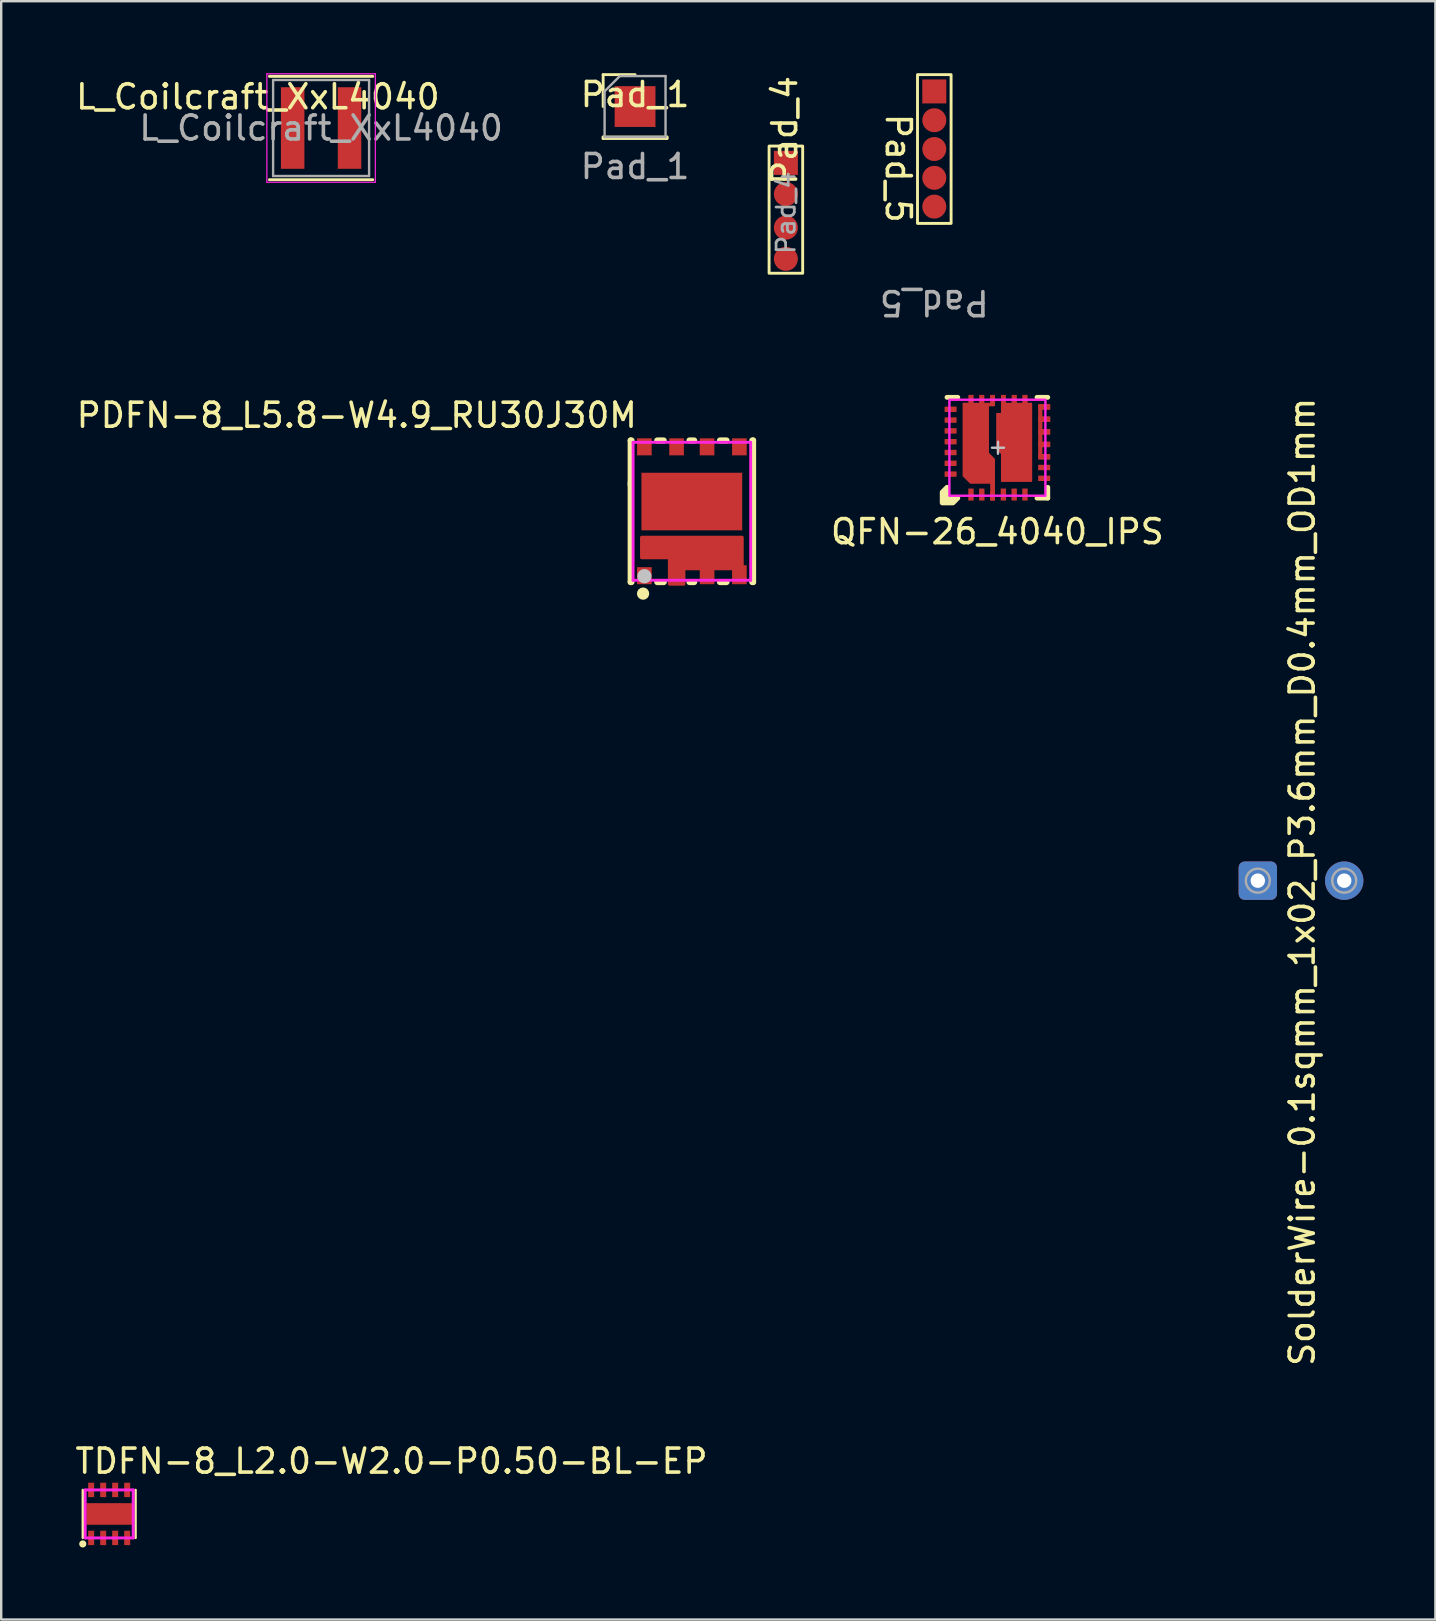
<source format=kicad_pcb>
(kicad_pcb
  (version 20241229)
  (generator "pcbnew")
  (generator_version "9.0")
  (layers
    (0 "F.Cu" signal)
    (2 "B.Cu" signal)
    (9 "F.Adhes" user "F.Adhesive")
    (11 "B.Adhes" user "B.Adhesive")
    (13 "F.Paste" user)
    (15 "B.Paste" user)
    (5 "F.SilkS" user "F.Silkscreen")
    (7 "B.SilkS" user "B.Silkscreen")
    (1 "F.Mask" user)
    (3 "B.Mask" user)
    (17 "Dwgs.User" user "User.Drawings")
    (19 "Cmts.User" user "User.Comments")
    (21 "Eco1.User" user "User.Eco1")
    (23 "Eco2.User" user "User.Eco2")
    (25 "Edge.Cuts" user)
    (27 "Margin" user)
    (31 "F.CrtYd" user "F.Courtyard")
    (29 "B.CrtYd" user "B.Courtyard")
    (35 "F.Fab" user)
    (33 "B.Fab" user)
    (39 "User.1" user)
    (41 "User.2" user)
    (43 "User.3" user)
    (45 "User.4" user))
  (footprint "Pad_4"
    (layer "F.Cu")
    (at 29.7 5.737)
    (property "Reference" "Pad_4" (at -0.05 -3.35 90) (unlocked yes) (layer "F.SilkS") (effects (font (size 1 1) (thickness 0.15))))
    (attr smd exclude_from_pos_files exclude_from_bom)
    (fp_rect (start -0.7 -2.7) (end 0.7 2.6) (stroke (width 0.12) (type solid)) (fill no) (layer "F.SilkS"))
    (fp_text user "${REFERENCE}" (at 0.005 0.077 90) (unlocked yes) (layer "F.Fab") (effects (font (size 0.76 0.76) (thickness 0.114))))
    (pad "1" smd rect (at 0 -2) (size 1 1) (layers "F.Cu" "F.Mask" "F.Paste"))
    (pad "2" smd oval (at 0 -0.7) (size 1 1) (layers "F.Cu" "F.Mask" "F.Paste"))
    (pad "3" smd oval (at 0 0.7) (size 1 1) (layers "F.Cu" "F.Mask" "F.Paste"))
    (pad "4" smd oval (at 0 2) (size 1 1) (layers "F.Cu" "F.Mask" "F.Paste")))
  (footprint "QFN-26_4040_IPS"
    (layer "F.Cu")
    (at 38.514 15.608)
    (property "Reference" "QFN-26_4040_IPS" (at 0 3.5 0) (unlocked yes) (layer "F.SilkS") (effects (font (size 1 1) (thickness 0.15))))
    (attr smd)
    (fp_line (start -1.65 -2.1) (end -2.1 -2.1) (stroke (width 0.2) (type solid)) (layer "F.SilkS"))
    (fp_line (start 1.65 2.1) (end 2.1 2.1) (stroke (width 0.2) (type solid)) (layer "F.SilkS"))
    (fp_line (start 2.1 -2.1) (end 1.65 -2.1) (stroke (width 0.2) (type solid)) (layer "F.SilkS"))
    (fp_line (start 2.1 2.1) (end 2.1 1.65) (stroke (width 0.2) (type solid)) (layer "F.SilkS"))
    (fp_poly (pts (xy -2.1 2.1) (xy -1.65 2.1) (xy -1.85 2.3) (xy -2.3 2.3) (xy -2.3 1.85) (xy -2.1 1.65)) (stroke (width 0.2) (type solid)) (fill yes) (layer "F.SilkS"))
    (fp_line (start 0.025 0.25) (end 0.025 -0.25) (stroke (width 0.1) (type solid)) (layer "Dwgs.User"))
    (fp_line (start 0.275 0) (end -0.225 0) (stroke (width 0.1) (type solid)) (layer "Dwgs.User"))
    (fp_rect (start -2 -2) (end 2 2) (stroke (width 0.1) (type solid)) (fill no) (layer "F.CrtYd"))
    (pad "1" smd roundrect (at -1.1 1.95 90) (size 0.5 0.225) (layers "F.Cu" "F.Mask" "F.Paste") (roundrect_rratio 0.05))
    (pad "2" smd roundrect (at -0.65 1.95 90) (size 0.5 0.225) (layers "F.Cu" "F.Mask" "F.Paste") (roundrect_rratio 0.05))
    (pad "20" smd roundrect (at -1.95 -1.6) (size 0.5 0.225) (layers "F.Cu" "F.Mask" "F.Paste") (roundrect_rratio 0.05))
    (pad "21" smd roundrect (at -1.95 -1.15) (size 0.5 0.225) (layers "F.Cu" "F.Mask" "F.Paste") (roundrect_rratio 0.05))
    (pad "22" smd roundrect (at -1.95 -0.7) (size 0.5 0.225) (layers "F.Cu" "F.Mask" "F.Paste") (roundrect_rratio 0.05))
    (pad "23" smd roundrect (at -1.95 -0.25) (size 0.5 0.225) (layers "F.Cu" "F.Mask" "F.Paste") (roundrect_rratio 0.05))
    (pad "24" smd roundrect (at -1.95 0.2) (size 0.5 0.225) (layers "F.Cu" "F.Mask" "F.Paste") (roundrect_rratio 0.05))
    (pad "25" smd roundrect (at -1.95 0.65) (size 0.5 0.225) (layers "F.Cu" "F.Mask" "F.Paste") (roundrect_rratio 0.05))
    (pad "26" smd roundrect (at -1.95 1.1) (size 0.5 0.225) (layers "F.Cu" "F.Mask" "F.Paste") (roundrect_rratio 0.05))
    (pad "GND" smd roundrect (at 0.25 1.95 90) (size 0.5 0.225) (layers "F.Cu" "F.Mask" "F.Paste") (roundrect_rratio 0.05))
    (pad "GND" smd roundrect (at 0.7 1.95 90) (size 0.5 0.225) (layers "F.Cu" "F.Mask" "F.Paste") (roundrect_rratio 0.05))
    (pad "GND" smd roundrect (at 1.15 1.95 90) (size 0.5 0.225) (layers "F.Cu" "F.Mask" "F.Paste") (roundrect_rratio 0.05))
    (pad "GND" smd custom (at 1.775 -0.925) (size 0.1 0.1) (layers "F.Cu" "F.Mask") (options (anchor circle)) (primitives (gr_poly (pts (xy 0.4 -0.688) (xy 0.075 -0.688) (xy 0.075 -0.35) (xy 0.4 -0.35) (xy 0.4 -0.175) (xy 0.075 -0.175) (xy 0.075 0.175) (xy 0.4 0.175) (xy 0.4 0.35) (xy 0.075 0.35) (xy 0.075 0.7) (xy 0.4 0.7) (xy 0.4 0.875) (xy 0.075 0.875) (xy 0.075 1.212) (xy 0.4 1.212) (xy 0.4 1.387) (xy -0.05 1.387) (xy -0.05 -0.863) (xy 0.4 -0.863)) (width 0.05) (fill yes))))
    (pad "GND" smd roundrect (at 1.95 -1.7) (size 0.5 0.225) (layers "F.Cu" "F.Paste") (roundrect_rratio 0.1))
    (pad "GND" smd roundrect (at 1.95 -1.188) (size 0.5 0.225) (layers "F.Cu" "F.Paste") (roundrect_rratio 0.05))
    (pad "GND" smd roundrect (at 1.95 -0.662) (size 0.5 0.225) (layers "F.Cu" "F.Paste") (roundrect_rratio 0.05))
    (pad "GND" smd roundrect (at 1.95 -0.138) (size 0.5 0.225) (layers "F.Cu" "F.Paste") (roundrect_rratio 0.05))
    (pad "GND" smd roundrect (at 1.95 0.375) (size 0.5 0.225) (layers "F.Cu" "F.Paste") (roundrect_rratio 0.1))
    (pad "GND" smd roundrect (at 1.95 0.825) (size 0.5 0.225) (layers "F.Cu" "F.Mask" "F.Paste") (roundrect_rratio 0.05))
    (pad "GND" smd roundrect (at 1.95 1.275) (size 0.5 0.225) (layers "F.Cu" "F.Mask" "F.Paste") (roundrect_rratio 0.05))
    (pad "SW" smd roundrect (at 0.25 -2 270) (size 0.4 0.2) (layers "F.Cu") (roundrect_rratio 0.05))
    (pad "SW" smd roundrect (at 0.7 -2 270) (size 0.4 0.2) (layers "F.Cu") (roundrect_rratio 0.05))
    (pad "SW" smd custom (at 0.775 0) (size 0.5 0.5) (layers "F.Cu" "F.Mask") (options (anchor circle)) (primitives (gr_poly (pts (xy -0.45 -1.85) (xy -0.15 -1.85) (xy -0.15 -2.175) (xy 0 -2.175) (xy 0 -1.85) (xy 0.3 -1.85) (xy 0.3 -2.175) (xy 0.45 -2.175) (xy 0.45 -1.85) (xy 0.65 -1.85) (xy 0.65 1.4) (xy -0.6 1.4) (xy -0.6 0.25) (xy -0.8 0.05) (xy -0.8 -1.425) (xy -0.6 -1.425) (xy -0.6 -2.175) (xy -0.45 -2.175)) (width 0.05) (fill yes))))
    (pad "SW" smd roundrect (at 1.15 -2 270) (size 0.4 0.2) (layers "F.Cu") (roundrect_rratio 0.05))
    (pad "Vin" smd roundrect (at -1.1 -2 90) (size 0.4 0.2) (layers "F.Cu") (roundrect_rratio 0.05))
    (pad "Vin" smd custom (at -0.975 0) (size 0.5 0.5) (layers "F.Cu" "F.Mask") (options (anchor circle)) (primitives (gr_poly (pts (xy 0.25 0) (xy 0.231 -0.096) (xy 0.177 -0.177) (xy 0.096 -0.231) (xy 0 -0.25) (xy -0.096 -0.231) (xy -0.177 -0.177) (xy -0.231 -0.096) (xy -0.25 0) (xy -0.231 0.096) (xy -0.177 0.177) (xy -0.096 0.231) (xy 0 0.25) (xy 0.096 0.231) (xy 0.177 0.177) (xy 0.231 0.096) (xy 0.25 0)) (width 0) (fill yes)) (gr_poly (pts (xy -0.05 -1.85) (xy 0.25 -1.85) (xy 0.25 -2.175) (xy 0.4 -2.175) (xy 0.4 -1.85) (xy 0.7 -1.85) (xy 0.7 -2.175) (xy 0.85 -2.175) (xy 0.85 -1.75) (xy 0.6 -1.75) (xy 0.6 0.225) (xy 0.85 0.475) (xy 0.85 2.175) (xy 0.7 2.175) (xy 0.7 1.475) (xy -0.15 1.475) (xy -0.45 1.175) (xy -0.45 -1.85) (xy -0.2 -1.85) (xy -0.2 -2.175) (xy -0.05 -2.175)) (width 0.05) (fill yes))))
    (pad "Vin" smd roundrect (at -0.65 -2 90) (size 0.4 0.2) (layers "F.Cu") (roundrect_rratio 0.05))
    (pad "Vin" smd roundrect (at -0.2 -2 90) (size 0.4 0.2) (layers "F.Cu") (roundrect_rratio 0.05))
    (pad "Vin" smd roundrect (at -0.2 2 90) (size 0.4 0.2) (layers "F.Cu") (roundrect_rratio 0.05)))
  (footprint "PDFN-8_L5.8-W4.9_RU30J30M"
    (layer "F.Cu")
    (at 25.783 18.256)
    (property "Reference" "PDFN-8_L5.8-W4.9_RU30J30M" (at -2.2 -4 180) (layer "F.SilkS") (effects (font (size 1 1) (thickness 0.15)) (justify right)))
    (attr through_hole)
    (fp_line (start -2.55 -2.95) (end -2.55 -1.1) (stroke (width 0.254) (type solid)) (layer "F.SilkS"))
    (fp_line (start -2.55 -1.2) (end -2.55 2.95) (stroke (width 0.254) (type solid)) (layer "F.SilkS"))
    (fp_line (start -2.55 2.95) (end -2.516 2.95) (stroke (width 0.254) (type solid)) (layer "F.SilkS"))
    (fp_line (start -2.516 -2.95) (end -2.55 -2.95) (stroke (width 0.254) (type solid)) (layer "F.SilkS"))
    (fp_line (start -1.444 2.95) (end -1.171 2.95) (stroke (width 0.254) (type solid)) (layer "F.SilkS"))
    (fp_line (start -1.174 -2.95) (end -1.444 -2.95) (stroke (width 0.254) (type solid)) (layer "F.SilkS"))
    (fp_line (start -0.099 2.95) (end 0.097 2.95) (stroke (width 0.254) (type solid)) (layer "F.SilkS"))
    (fp_line (start 0.096 -2.95) (end -0.101 -2.95) (stroke (width 0.254) (type solid)) (layer "F.SilkS"))
    (fp_line (start 1.169 2.95) (end 1.444 2.95) (stroke (width 0.254) (type solid)) (layer "F.SilkS"))
    (fp_line (start 1.444 -2.95) (end 1.169 -2.95) (stroke (width 0.254) (type solid)) (layer "F.SilkS"))
    (fp_line (start 2.516 2.95) (end 2.55 2.95) (stroke (width 0.254) (type solid)) (layer "F.SilkS"))
    (fp_line (start 2.55 -2.95) (end 2.516 -2.95) (stroke (width 0.254) (type solid)) (layer "F.SilkS"))
    (fp_line (start 2.55 2.95) (end 2.55 -2.95) (stroke (width 0.254) (type solid)) (layer "F.SilkS"))
    (fp_circle (center -2.034 3.432) (end -1.905 3.432) (stroke (width 0.254) (type solid)) (fill no) (layer "F.SilkS"))
    (fp_poly (pts (xy -2.285 -3.04) (xy -1.675 -3.04) (xy -1.675 -2.33) (xy -2.285 -2.33)) (stroke (width 0.12) (type solid)) (fill yes) (layer "F.Paste"))
    (fp_poly (pts (xy -2.285 2.33) (xy -1.675 2.33) (xy -1.675 3.04) (xy -2.285 3.04)) (stroke (width 0.12) (type solid)) (fill yes) (layer "F.Paste"))
    (fp_poly (pts (xy -2.102 -1.605) (xy 2.098 -1.605) (xy 2.098 0.795) (xy -2.102 0.795)) (stroke (width 0.12) (type solid)) (fill yes) (layer "F.Paste"))
    (fp_poly (pts (xy -0.942 -3.04) (xy -0.332 -3.04) (xy -0.332 -2.33) (xy -0.942 -2.33)) (stroke (width 0.12) (type solid)) (fill yes) (layer "F.Paste"))
    (fp_poly (pts (xy 0.328 -3.04) (xy 0.938 -3.04) (xy 0.938 -2.33) (xy 0.328 -2.33)) (stroke (width 0.12) (type solid)) (fill yes) (layer "F.Paste"))
    (fp_poly (pts (xy 1.675 -3.04) (xy 2.285 -3.04) (xy 2.285 -2.33) (xy 1.675 -2.33)) (stroke (width 0.12) (type solid)) (fill yes) (layer "F.Paste"))
    (fp_poly (pts (xy -2.1 1.08) (xy -2.1 1.94) (xy -0.94 1.94) (xy -0.94 3.04) (xy -0.33 3.04) (xy -0.33 2.4) (xy 0.328 2.4) (xy 0.328 3.04) (xy 0.938 3.04) (xy 0.938 2.4) (xy 1.675 2.4) (xy 1.675 3.04) (xy 2.285 3.04) (xy 2.285 2.25) (xy 2.1 2.25) (xy 2.1 1.08)) (stroke (width 0.12) (type solid)) (fill yes) (layer "F.Paste"))
    (fp_circle (center -1.979 2.706) (end -1.829 2.706) (stroke (width 0.3) (type solid)) (fill no) (layer "Dwgs.User"))
    (fp_line (start -2.45 -2.875) (end 2.45 -2.875) (stroke (width 0.12) (type solid)) (layer "F.CrtYd"))
    (fp_line (start -2.45 2.875) (end -2.45 -2.875) (stroke (width 0.12) (type solid)) (layer "F.CrtYd"))
    (fp_line (start 2.45 -2.875) (end 2.45 2.875) (stroke (width 0.12) (type solid)) (layer "F.CrtYd"))
    (fp_line (start 2.45 2.875) (end -2.45 2.875) (stroke (width 0.12) (type solid)) (layer "F.CrtYd"))
    (pad "1" smd rect (at -1.98 2.685) (size 0.61 0.71) (layers "F.Cu" "F.Mask" "F.Paste"))
    (pad "2" smd custom (at 0 1.665) (size 0.102 0.102) (layers "F.Cu" "F.Mask" "F.Paste") (options (anchor circle)) (primitives (gr_poly (pts (xy -2.1 -0.585) (xy -2.1 0.275) (xy -0.94 0.275) (xy -0.94 1.375) (xy -0.33 1.375) (xy -0.33 0.735) (xy 0.33 0.735) (xy 2.1 0.735) (xy 2.1 -0.585)) (width 0.12) (fill yes))))
    (pad "3" smd rect (at 0.633 2.645) (size 0.61 0.79) (layers "F.Cu" "F.Mask" "F.Paste"))
    (pad "4" smd rect (at 1.98 2.645) (size 0.61 0.79) (layers "F.Cu" "F.Mask" "F.Paste"))
    (pad "5" smd rect (at 1.98 -2.685) (size 0.61 0.71) (layers "F.Cu" "F.Mask" "F.Paste"))
    (pad "6" smd rect (at 0.632 -2.685) (size 0.61 0.71) (layers "F.Cu" "F.Mask" "F.Paste"))
    (pad "7" smd rect (at -0.638 -2.685) (size 0.61 0.71) (layers "F.Cu" "F.Mask" "F.Paste"))
    (pad "8" smd rect (at -1.98 -2.685) (size 0.61 0.71) (layers "F.Cu" "F.Mask" "F.Paste"))
    (pad "9" smd rect (at -0.003 -0.405) (size 4.2 2.4) (layers "F.Cu" "F.Mask" "F.Paste")))
  (footprint "SolderWire-0.1sqmm_1x02_P3.6mm_D0.4mm_OD1mm"
    (layer "F.Cu")
    (at 49.367 33.65)
    (property "Reference" "SolderWire-0.1sqmm_1x02_P3.6mm_D0.4mm_OD1mm" (at 1.85 0.05 90) (layer "F.SilkS") (effects (font (size 1 1) (thickness 0.15))))
    (attr exclude_from_pos_files exclude_from_bom)
    (fp_circle (center 0 0) (end 0.5 0) (stroke (width 0.1) (type solid)) (fill no) (layer "F.Fab"))
    (fp_circle (center 3.6 0) (end 4.1 0) (stroke (width 0.1) (type solid)) (fill no) (layer "F.Fab"))
    (pad "1" thru_hole roundrect (at 0 0) (size 1.6 1.6) (drill 0.6) (layers "*.Cu" "*.Mask") (roundrect_rratio 0.156))
    (pad "2" thru_hole circle (at 3.6 0) (size 1.6 1.6) (drill 0.6) (layers "*.Cu" "*.Mask")))
  (footprint "Pad_1"
    (layer "F.Cu")
    (at 23.415 1.39)
    (property "Reference" "Pad_1" (at 0 -0.5 0) (unlocked yes) (layer "F.SilkS") (effects (font (size 1 1) (thickness 0.15))))
    (attr smd exclude_from_pos_files exclude_from_bom)
    (fp_line (start -1.33 -1.33) (end 0 -1.33) (stroke (width 0.12) (type solid)) (layer "F.SilkS"))
    (fp_line (start -1.33 0) (end -1.33 -1.33) (stroke (width 0.12) (type solid)) (layer "F.SilkS"))
    (fp_line (start -1.33 1.27) (end -1.33 1.33) (stroke (width 0.12) (type solid)) (layer "F.SilkS"))
    (fp_line (start -1.33 1.27) (end 1.33 1.27) (stroke (width 0.12) (type solid)) (layer "F.SilkS"))
    (fp_line (start -1.33 1.33) (end 1.33 1.33) (stroke (width 0.12) (type solid)) (layer "F.SilkS"))
    (fp_line (start 1.33 1.27) (end 1.33 1.33) (stroke (width 0.12) (type solid)) (layer "F.SilkS"))
    (fp_line (start -1.27 -0.635) (end -0.635 -1.27) (stroke (width 0.1) (type solid)) (layer "F.Fab"))
    (fp_line (start -1.27 1.27) (end -1.27 -0.635) (stroke (width 0.1) (type solid)) (layer "F.Fab"))
    (fp_line (start -0.635 -1.27) (end 1.27 -1.27) (stroke (width 0.1) (type solid)) (layer "F.Fab"))
    (fp_line (start 1.27 -1.27) (end 1.27 1.27) (stroke (width 0.1) (type solid)) (layer "F.Fab"))
    (fp_line (start 1.27 1.27) (end -1.27 1.27) (stroke (width 0.1) (type solid)) (layer "F.Fab"))
    (fp_text user "${REFERENCE}" (at 0 2.5 0) (unlocked yes) (layer "F.Fab") (effects (font (size 1 1) (thickness 0.15))))
    (pad "1" smd rect (at 0 0) (size 1.7 1.7) (layers "F.Cu" "F.Mask" "F.Paste")))
  (footprint "Pad_5"
    (layer "F.Cu")
    (at 35.885 3.76)
    (property "Reference" "Pad_5" (at -1.5 0.2 270) (unlocked yes) (layer "F.SilkS") (effects (font (size 1 1) (thickness 0.15))))
    (attr smd exclude_from_pos_files)
    (fp_rect (start -0.7 -3.7) (end 0.7 2.5) (stroke (width 0.12) (type solid)) (fill no) (layer "F.SilkS"))
    (fp_text user "${REFERENCE}" (at 0 5.8 180) (unlocked yes) (layer "F.Fab") (effects (font (size 1 1) (thickness 0.15))))
    (pad "1" smd rect (at 0 -3 180) (size 1 1) (layers "F.Cu" "F.Mask" "F.Paste"))
    (pad "2" smd oval (at 0 -1.8 180) (size 1 1) (layers "F.Cu" "F.Mask" "F.Paste"))
    (pad "3" smd oval (at 0 -0.6 180) (size 1 1) (layers "F.Cu" "F.Mask" "F.Paste"))
    (pad "4" smd oval (at 0 0.6 180) (size 1 1) (layers "F.Cu" "F.Mask" "F.Paste"))
    (pad "5" smd oval (at 0 1.8 180) (size 1 1) (layers "F.Cu" "F.Mask" "F.Paste")))
  (footprint "TDFN-8_L2.0-W2.0-P0.50-BL-EP"
    (layer "F.Cu")
    (at 1.5 60.04)
    (property "Reference" "TDFN-8_L2.0-W2.0-P0.50-BL-EP" (at -1.5 -2.2 0) (layer "F.SilkS") (effects (font (size 1 1) (thickness 0.15)) (justify left)))
    (attr through_hole)
    (fp_line (start -1.1 1) (end -1.1 -1) (stroke (width 0.102) (type solid)) (layer "F.SilkS"))
    (fp_line (start 1.1 1) (end 1.1 -1) (stroke (width 0.102) (type solid)) (layer "F.SilkS"))
    (fp_circle (center -1.1 1.25) (end -1 1.25) (stroke (width 0.1) (type solid)) (fill yes) (layer "F.SilkS"))
    (fp_line (start -1 -1) (end 1 -1) (stroke (width 0.12) (type solid)) (layer "F.CrtYd"))
    (fp_line (start -1 1) (end -1 -1) (stroke (width 0.12) (type solid)) (layer "F.CrtYd"))
    (fp_line (start 1 -1) (end 1 1) (stroke (width 0.12) (type solid)) (layer "F.CrtYd"))
    (fp_line (start 1 1) (end -1 1) (stroke (width 0.12) (type solid)) (layer "F.CrtYd"))
    (pad "1" smd rect (at -0.75 1 90) (size 0.6 0.25) (layers "F.Cu" "F.Mask" "F.Paste"))
    (pad "2" smd rect (at -0.25 1 90) (size 0.6 0.25) (layers "F.Cu" "F.Mask" "F.Paste"))
    (pad "3" smd rect (at 0.25 1 90) (size 0.6 0.25) (layers "F.Cu" "F.Mask" "F.Paste"))
    (pad "4" smd rect (at 0.75 1 90) (size 0.6 0.25) (layers "F.Cu" "F.Mask" "F.Paste"))
    (pad "5" smd rect (at 0.75 -1 90) (size 0.6 0.25) (layers "F.Cu" "F.Mask" "F.Paste"))
    (pad "6" smd rect (at 0.25 -1 90) (size 0.6 0.25) (layers "F.Cu" "F.Mask" "F.Paste"))
    (pad "7" smd rect (at -0.25 -1 90) (size 0.6 0.25) (layers "F.Cu" "F.Mask" "F.Paste"))
    (pad "8" smd rect (at -0.75 -1 90) (size 0.6 0.25) (layers "F.Cu" "F.Mask" "F.Paste"))
    (pad "9" smd rect (at 0 0.001 180) (size 1.9 0.9) (layers "F.Cu" "F.Mask" "F.Paste")))
  (footprint "L_Coilcraft_XxL4040"
    (layer "F.Cu")
    (at 10.331 2.285)
    (property "Reference" "L_Coilcraft_XxL4040" (at -2.635 -1.3 0) (layer "F.SilkS") (effects (font (size 1 1) (thickness 0.15))))
    (attr smd)
    (fp_line (start -2.154 -2.154) (end 2.154 -2.154) (stroke (width 0.12) (type solid)) (layer "F.SilkS"))
    (fp_line (start 2.154 2.154) (end -2.154 2.154) (stroke (width 0.12) (type solid)) (layer "F.SilkS"))
    (fp_line (start -2.26 -2.26) (end 2.26 -2.26) (stroke (width 0.05) (type solid)) (layer "F.CrtYd"))
    (fp_line (start -2.26 2.26) (end -2.26 -2.26) (stroke (width 0.05) (type solid)) (layer "F.CrtYd"))
    (fp_line (start 2.26 -2.26) (end 2.26 2.26) (stroke (width 0.05) (type solid)) (layer "F.CrtYd"))
    (fp_line (start 2.26 2.26) (end -2.26 2.26) (stroke (width 0.05) (type solid)) (layer "F.CrtYd"))
    (fp_line (start -2 -2) (end 2 -2) (stroke (width 0.1) (type solid)) (layer "F.Fab"))
    (fp_line (start -2 2) (end -2 -2) (stroke (width 0.1) (type solid)) (layer "F.Fab"))
    (fp_line (start 2 -2) (end 2 2) (stroke (width 0.1) (type solid)) (layer "F.Fab"))
    (fp_line (start 2 2) (end -2 2) (stroke (width 0.1) (type solid)) (layer "F.Fab"))
    (fp_text user "${REFERENCE}" (at 0 0 0) (layer "F.Fab") (effects (font (size 1 1) (thickness 0.15))))
    (pad "1" smd rect (at -1.185 0) (size 0.98 3.4) (layers "F.Cu" "F.Mask" "F.Paste"))
    (pad "2" smd rect (at 1.185 0) (size 0.98 3.4) (layers "F.Cu" "F.Mask" "F.Paste")))
  (gr_rect
    (start -3 -3)
    (end 56.767 64.44)
    (stroke (width 0.1) (type default))
    (fill no)
    (layer "Edge.Cuts")))
</source>
